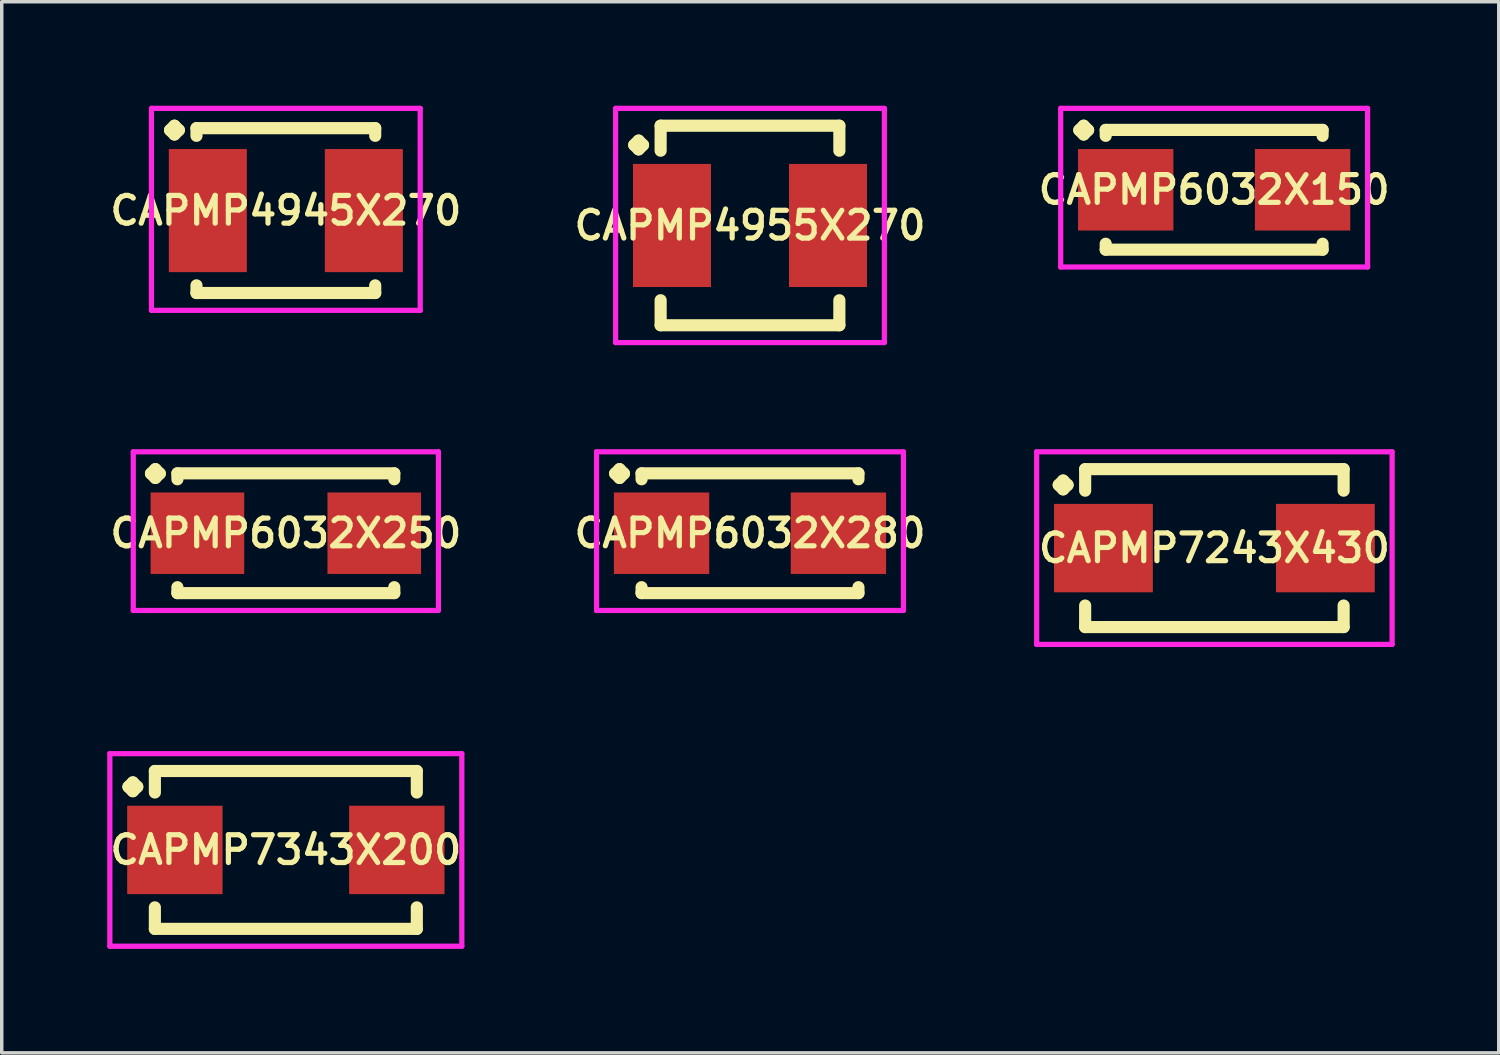
<source format=kicad_pcb>
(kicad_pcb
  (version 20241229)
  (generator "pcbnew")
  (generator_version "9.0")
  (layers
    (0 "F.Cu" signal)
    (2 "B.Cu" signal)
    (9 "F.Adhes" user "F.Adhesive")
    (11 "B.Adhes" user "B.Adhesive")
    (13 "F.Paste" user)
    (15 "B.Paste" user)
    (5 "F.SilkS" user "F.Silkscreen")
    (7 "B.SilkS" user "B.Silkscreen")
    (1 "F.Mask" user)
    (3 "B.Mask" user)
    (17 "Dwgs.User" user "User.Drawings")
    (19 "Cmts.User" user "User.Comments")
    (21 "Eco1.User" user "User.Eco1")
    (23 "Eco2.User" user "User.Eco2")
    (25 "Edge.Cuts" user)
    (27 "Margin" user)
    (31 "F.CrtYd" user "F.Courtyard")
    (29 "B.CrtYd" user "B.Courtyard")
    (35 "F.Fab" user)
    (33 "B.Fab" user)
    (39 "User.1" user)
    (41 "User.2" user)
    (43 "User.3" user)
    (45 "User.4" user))
  (footprint "CAPMP6032X250"
    (layer "F.Cu")
    (at 5.193 12.327)
    (property "Reference" "CAPMP6032X250" (at 0 0 0) (layer "F.SilkS") (effects (font (size 0.8 0.8) (thickness 0.15))))
    (attr smd)
    (fp_line (start -3.889 -1.721) (end -3.762 -1.848) (stroke (width 0.35) (type solid)) (layer "F.SilkS"))
    (fp_line (start -3.762 -1.848) (end -3.635 -1.721) (stroke (width 0.35) (type solid)) (layer "F.SilkS"))
    (fp_line (start -3.762 -1.594) (end -3.889 -1.721) (stroke (width 0.35) (type solid)) (layer "F.SilkS"))
    (fp_line (start -3.635 -1.721) (end -3.762 -1.594) (stroke (width 0.35) (type solid)) (layer "F.SilkS"))
    (fp_line (start -3.127 -1.727) (end 3.127 -1.727) (stroke (width 0.35) (type solid)) (layer "F.SilkS"))
    (fp_line (start -3.127 -1.556) (end -3.127 -1.727) (stroke (width 0.35) (type solid)) (layer "F.SilkS"))
    (fp_line (start -3.127 1.556) (end -3.127 1.727) (stroke (width 0.35) (type solid)) (layer "F.SilkS"))
    (fp_line (start -3.127 1.727) (end 3.127 1.727) (stroke (width 0.35) (type solid)) (layer "F.SilkS"))
    (fp_line (start 3.127 -1.727) (end 3.127 -1.556) (stroke (width 0.35) (type solid)) (layer "F.SilkS"))
    (fp_line (start 3.127 1.727) (end 3.127 1.556) (stroke (width 0.35) (type solid)) (layer "F.SilkS"))
    (fp_line (start -4.4 -2.348) (end 4.4 -2.348) (stroke (width 0.15) (type solid)) (layer "F.CrtYd"))
    (fp_line (start -4.4 2.227) (end -4.4 -2.348) (stroke (width 0.15) (type solid)) (layer "F.CrtYd"))
    (fp_line (start 4.4 -2.348) (end 4.4 2.227) (stroke (width 0.15) (type solid)) (layer "F.CrtYd"))
    (fp_line (start 4.4 2.227) (end -4.4 2.227) (stroke (width 0.15) (type solid)) (layer "F.CrtYd"))
    (pad "1" smd rect (at -2.55 0) (size 2.7 2.35) (layers "F.Cu" "F.Mask" "F.Paste"))
    (pad "2" smd rect (at 2.55 0) (size 2.7 2.35) (layers "F.Cu" "F.Mask" "F.Paste")))
  (footprint "CAPMP4945X270"
    (layer "F.Cu")
    (at 5.193 3.023)
    (property "Reference" "CAPMP4945X270" (at 0 0 0) (layer "F.SilkS") (effects (font (size 0.8 0.8) (thickness 0.15))))
    (attr smd)
    (fp_line (start -3.339 -2.321) (end -3.212 -2.448) (stroke (width 0.35) (type solid)) (layer "F.SilkS"))
    (fp_line (start -3.212 -2.448) (end -3.085 -2.321) (stroke (width 0.35) (type solid)) (layer "F.SilkS"))
    (fp_line (start -3.212 -2.194) (end -3.339 -2.321) (stroke (width 0.35) (type solid)) (layer "F.SilkS"))
    (fp_line (start -3.085 -2.321) (end -3.212 -2.194) (stroke (width 0.35) (type solid)) (layer "F.SilkS"))
    (fp_line (start -2.577 -2.377) (end 2.577 -2.377) (stroke (width 0.35) (type solid)) (layer "F.SilkS"))
    (fp_line (start -2.577 -2.156) (end -2.577 -2.377) (stroke (width 0.35) (type solid)) (layer "F.SilkS"))
    (fp_line (start -2.577 2.156) (end -2.577 2.377) (stroke (width 0.35) (type solid)) (layer "F.SilkS"))
    (fp_line (start -2.577 2.377) (end 2.577 2.377) (stroke (width 0.35) (type solid)) (layer "F.SilkS"))
    (fp_line (start 2.577 -2.377) (end 2.577 -2.156) (stroke (width 0.35) (type solid)) (layer "F.SilkS"))
    (fp_line (start 2.577 2.377) (end 2.577 2.156) (stroke (width 0.35) (type solid)) (layer "F.SilkS"))
    (fp_line (start -3.875 -2.948) (end 3.875 -2.948) (stroke (width 0.15) (type solid)) (layer "F.CrtYd"))
    (fp_line (start -3.875 2.877) (end -3.875 -2.948) (stroke (width 0.15) (type solid)) (layer "F.CrtYd"))
    (fp_line (start 3.875 -2.948) (end 3.875 2.877) (stroke (width 0.15) (type solid)) (layer "F.CrtYd"))
    (fp_line (start 3.875 2.877) (end -3.875 2.877) (stroke (width 0.15) (type solid)) (layer "F.CrtYd"))
    (pad "1" smd rect (at -2.25 0) (size 2.25 3.55) (layers "F.Cu" "F.Mask" "F.Paste"))
    (pad "2" smd rect (at 2.25 0) (size 2.25 3.55) (layers "F.Cu" "F.Mask" "F.Paste")))
  (footprint "CAPMP7343X200"
    (layer "F.Cu")
    (at 5.193 21.46)
    (property "Reference" "CAPMP7343X200" (at 0 0 0) (layer "F.SilkS") (effects (font (size 0.8 0.8) (thickness 0.15))))
    (attr smd)
    (fp_line (start -4.539 -1.821) (end -4.412 -1.948) (stroke (width 0.35) (type solid)) (layer "F.SilkS"))
    (fp_line (start -4.412 -1.948) (end -4.285 -1.821) (stroke (width 0.35) (type solid)) (layer "F.SilkS"))
    (fp_line (start -4.412 -1.694) (end -4.539 -1.821) (stroke (width 0.35) (type solid)) (layer "F.SilkS"))
    (fp_line (start -4.285 -1.821) (end -4.412 -1.694) (stroke (width 0.35) (type solid)) (layer "F.SilkS"))
    (fp_line (start -3.777 -2.277) (end 3.777 -2.277) (stroke (width 0.35) (type solid)) (layer "F.SilkS"))
    (fp_line (start -3.777 -1.656) (end -3.777 -2.277) (stroke (width 0.35) (type solid)) (layer "F.SilkS"))
    (fp_line (start -3.777 1.656) (end -3.777 2.277) (stroke (width 0.35) (type solid)) (layer "F.SilkS"))
    (fp_line (start -3.777 2.277) (end 3.777 2.277) (stroke (width 0.35) (type solid)) (layer "F.SilkS"))
    (fp_line (start 3.777 -2.277) (end 3.777 -1.656) (stroke (width 0.35) (type solid)) (layer "F.SilkS"))
    (fp_line (start 3.777 2.277) (end 3.777 1.656) (stroke (width 0.35) (type solid)) (layer "F.SilkS"))
    (fp_line (start -5.075 -2.777) (end 5.075 -2.777) (stroke (width 0.15) (type solid)) (layer "F.CrtYd"))
    (fp_line (start -5.075 2.777) (end -5.075 -2.777) (stroke (width 0.15) (type solid)) (layer "F.CrtYd"))
    (fp_line (start 5.075 -2.777) (end 5.075 2.777) (stroke (width 0.15) (type solid)) (layer "F.CrtYd"))
    (fp_line (start 5.075 2.777) (end -5.075 2.777) (stroke (width 0.15) (type solid)) (layer "F.CrtYd"))
    (pad "1" smd rect (at -3.2 0) (size 2.75 2.55) (layers "F.Cu" "F.Mask" "F.Paste"))
    (pad "2" smd rect (at 3.2 0) (size 2.75 2.55) (layers "F.Cu" "F.Mask" "F.Paste")))
  (footprint "CAPMP6032X280"
    (layer "F.Cu")
    (at 18.578 12.327)
    (property "Reference" "CAPMP6032X280" (at 0 0 0) (layer "F.SilkS") (effects (font (size 0.8 0.8) (thickness 0.15))))
    (attr smd)
    (fp_line (start -3.889 -1.721) (end -3.762 -1.848) (stroke (width 0.35) (type solid)) (layer "F.SilkS"))
    (fp_line (start -3.762 -1.848) (end -3.635 -1.721) (stroke (width 0.35) (type solid)) (layer "F.SilkS"))
    (fp_line (start -3.762 -1.594) (end -3.889 -1.721) (stroke (width 0.35) (type solid)) (layer "F.SilkS"))
    (fp_line (start -3.635 -1.721) (end -3.762 -1.594) (stroke (width 0.35) (type solid)) (layer "F.SilkS"))
    (fp_line (start -3.127 -1.727) (end 3.127 -1.727) (stroke (width 0.35) (type solid)) (layer "F.SilkS"))
    (fp_line (start -3.127 -1.556) (end -3.127 -1.727) (stroke (width 0.35) (type solid)) (layer "F.SilkS"))
    (fp_line (start -3.127 1.556) (end -3.127 1.727) (stroke (width 0.35) (type solid)) (layer "F.SilkS"))
    (fp_line (start -3.127 1.727) (end 3.127 1.727) (stroke (width 0.35) (type solid)) (layer "F.SilkS"))
    (fp_line (start 3.127 -1.727) (end 3.127 -1.556) (stroke (width 0.35) (type solid)) (layer "F.SilkS"))
    (fp_line (start 3.127 1.727) (end 3.127 1.556) (stroke (width 0.35) (type solid)) (layer "F.SilkS"))
    (fp_line (start -4.425 -2.348) (end 4.425 -2.348) (stroke (width 0.15) (type solid)) (layer "F.CrtYd"))
    (fp_line (start -4.425 2.227) (end -4.425 -2.348) (stroke (width 0.15) (type solid)) (layer "F.CrtYd"))
    (fp_line (start 4.425 -2.348) (end 4.425 2.227) (stroke (width 0.15) (type solid)) (layer "F.CrtYd"))
    (fp_line (start 4.425 2.227) (end -4.425 2.227) (stroke (width 0.15) (type solid)) (layer "F.CrtYd"))
    (pad "1" smd rect (at -2.55 0) (size 2.75 2.35) (layers "F.Cu" "F.Mask" "F.Paste"))
    (pad "2" smd rect (at 2.55 0) (size 2.75 2.35) (layers "F.Cu" "F.Mask" "F.Paste")))
  (footprint "CAPMP6032X150"
    (layer "F.Cu")
    (at 31.963 2.423)
    (property "Reference" "CAPMP6032X150" (at 0 0 0) (layer "F.SilkS") (effects (font (size 0.8 0.8) (thickness 0.15))))
    (attr smd)
    (fp_line (start -3.889 -1.721) (end -3.762 -1.848) (stroke (width 0.35) (type solid)) (layer "F.SilkS"))
    (fp_line (start -3.762 -1.848) (end -3.635 -1.721) (stroke (width 0.35) (type solid)) (layer "F.SilkS"))
    (fp_line (start -3.762 -1.594) (end -3.889 -1.721) (stroke (width 0.35) (type solid)) (layer "F.SilkS"))
    (fp_line (start -3.635 -1.721) (end -3.762 -1.594) (stroke (width 0.35) (type solid)) (layer "F.SilkS"))
    (fp_line (start -3.127 -1.727) (end 3.127 -1.727) (stroke (width 0.35) (type solid)) (layer "F.SilkS"))
    (fp_line (start -3.127 -1.556) (end -3.127 -1.727) (stroke (width 0.35) (type solid)) (layer "F.SilkS"))
    (fp_line (start -3.127 1.556) (end -3.127 1.727) (stroke (width 0.35) (type solid)) (layer "F.SilkS"))
    (fp_line (start -3.127 1.727) (end 3.127 1.727) (stroke (width 0.35) (type solid)) (layer "F.SilkS"))
    (fp_line (start 3.127 -1.727) (end 3.127 -1.556) (stroke (width 0.35) (type solid)) (layer "F.SilkS"))
    (fp_line (start 3.127 1.727) (end 3.127 1.556) (stroke (width 0.35) (type solid)) (layer "F.SilkS"))
    (fp_line (start -4.425 -2.348) (end 4.425 -2.348) (stroke (width 0.15) (type solid)) (layer "F.CrtYd"))
    (fp_line (start -4.425 2.227) (end -4.425 -2.348) (stroke (width 0.15) (type solid)) (layer "F.CrtYd"))
    (fp_line (start 4.425 -2.348) (end 4.425 2.227) (stroke (width 0.15) (type solid)) (layer "F.CrtYd"))
    (fp_line (start 4.425 2.227) (end -4.425 2.227) (stroke (width 0.15) (type solid)) (layer "F.CrtYd"))
    (pad "1" smd rect (at -2.55 0) (size 2.75 2.35) (layers "F.Cu" "F.Mask" "F.Paste"))
    (pad "2" smd rect (at 2.55 0) (size 2.75 2.35) (layers "F.Cu" "F.Mask" "F.Paste")))
  (footprint "CAPMP4955X270"
    (layer "F.Cu")
    (at 18.578 3.452)
    (property "Reference" "CAPMP4955X270" (at 0 0 0) (layer "F.SilkS") (effects (font (size 0.8 0.8) (thickness 0.15))))
    (attr smd)
    (fp_line (start -3.339 -2.321) (end -3.212 -2.448) (stroke (width 0.35) (type solid)) (layer "F.SilkS"))
    (fp_line (start -3.212 -2.448) (end -3.085 -2.321) (stroke (width 0.35) (type solid)) (layer "F.SilkS"))
    (fp_line (start -3.212 -2.194) (end -3.339 -2.321) (stroke (width 0.35) (type solid)) (layer "F.SilkS"))
    (fp_line (start -3.085 -2.321) (end -3.212 -2.194) (stroke (width 0.35) (type solid)) (layer "F.SilkS"))
    (fp_line (start -2.577 -2.877) (end 2.577 -2.877) (stroke (width 0.35) (type solid)) (layer "F.SilkS"))
    (fp_line (start -2.577 -2.156) (end -2.577 -2.877) (stroke (width 0.35) (type solid)) (layer "F.SilkS"))
    (fp_line (start -2.577 2.156) (end -2.577 2.877) (stroke (width 0.35) (type solid)) (layer "F.SilkS"))
    (fp_line (start -2.577 2.877) (end 2.577 2.877) (stroke (width 0.35) (type solid)) (layer "F.SilkS"))
    (fp_line (start 2.577 -2.877) (end 2.577 -2.156) (stroke (width 0.35) (type solid)) (layer "F.SilkS"))
    (fp_line (start 2.577 2.877) (end 2.577 2.156) (stroke (width 0.35) (type solid)) (layer "F.SilkS"))
    (fp_line (start -3.875 -3.377) (end 3.875 -3.377) (stroke (width 0.15) (type solid)) (layer "F.CrtYd"))
    (fp_line (start -3.875 3.377) (end -3.875 -3.377) (stroke (width 0.15) (type solid)) (layer "F.CrtYd"))
    (fp_line (start 3.875 -3.377) (end 3.875 3.377) (stroke (width 0.15) (type solid)) (layer "F.CrtYd"))
    (fp_line (start 3.875 3.377) (end -3.875 3.377) (stroke (width 0.15) (type solid)) (layer "F.CrtYd"))
    (pad "1" smd rect (at -2.25 0) (size 2.25 3.55) (layers "F.Cu" "F.Mask" "F.Paste"))
    (pad "2" smd rect (at 2.25 0) (size 2.25 3.55) (layers "F.Cu" "F.Mask" "F.Paste")))
  (footprint "CAPMP7243X430"
    (layer "F.Cu")
    (at 31.97 12.756)
    (property "Reference" "CAPMP7243X430" (at 0 0 0) (layer "F.SilkS") (effects (font (size 0.8 0.8) (thickness 0.15))))
    (attr smd)
    (fp_line (start -4.489 -1.821) (end -4.362 -1.948) (stroke (width 0.35) (type solid)) (layer "F.SilkS"))
    (fp_line (start -4.362 -1.948) (end -4.235 -1.821) (stroke (width 0.35) (type solid)) (layer "F.SilkS"))
    (fp_line (start -4.362 -1.694) (end -4.489 -1.821) (stroke (width 0.35) (type solid)) (layer "F.SilkS"))
    (fp_line (start -4.235 -1.821) (end -4.362 -1.694) (stroke (width 0.35) (type solid)) (layer "F.SilkS"))
    (fp_line (start -3.727 -2.277) (end 3.727 -2.277) (stroke (width 0.35) (type solid)) (layer "F.SilkS"))
    (fp_line (start -3.727 -1.656) (end -3.727 -2.277) (stroke (width 0.35) (type solid)) (layer "F.SilkS"))
    (fp_line (start -3.727 1.656) (end -3.727 2.277) (stroke (width 0.35) (type solid)) (layer "F.SilkS"))
    (fp_line (start -3.727 2.277) (end 3.727 2.277) (stroke (width 0.35) (type solid)) (layer "F.SilkS"))
    (fp_line (start 3.727 -2.277) (end 3.727 -1.656) (stroke (width 0.35) (type solid)) (layer "F.SilkS"))
    (fp_line (start 3.727 2.277) (end 3.727 1.656) (stroke (width 0.35) (type solid)) (layer "F.SilkS"))
    (fp_line (start -5.125 -2.777) (end 5.125 -2.777) (stroke (width 0.15) (type solid)) (layer "F.CrtYd"))
    (fp_line (start -5.125 2.777) (end -5.125 -2.777) (stroke (width 0.15) (type solid)) (layer "F.CrtYd"))
    (fp_line (start 5.125 -2.777) (end 5.125 2.777) (stroke (width 0.15) (type solid)) (layer "F.CrtYd"))
    (fp_line (start 5.125 2.777) (end -5.125 2.777) (stroke (width 0.15) (type solid)) (layer "F.CrtYd"))
    (pad "1" smd rect (at -3.2 0) (size 2.85 2.55) (layers "F.Cu" "F.Mask" "F.Paste"))
    (pad "2" smd rect (at 3.2 0) (size 2.85 2.55) (layers "F.Cu" "F.Mask" "F.Paste")))
  (gr_rect
    (start -3 -3)
    (end 40.17 27.312)
    (stroke (width 0.1) (type default))
    (fill no)
    (layer "Edge.Cuts")))
</source>
